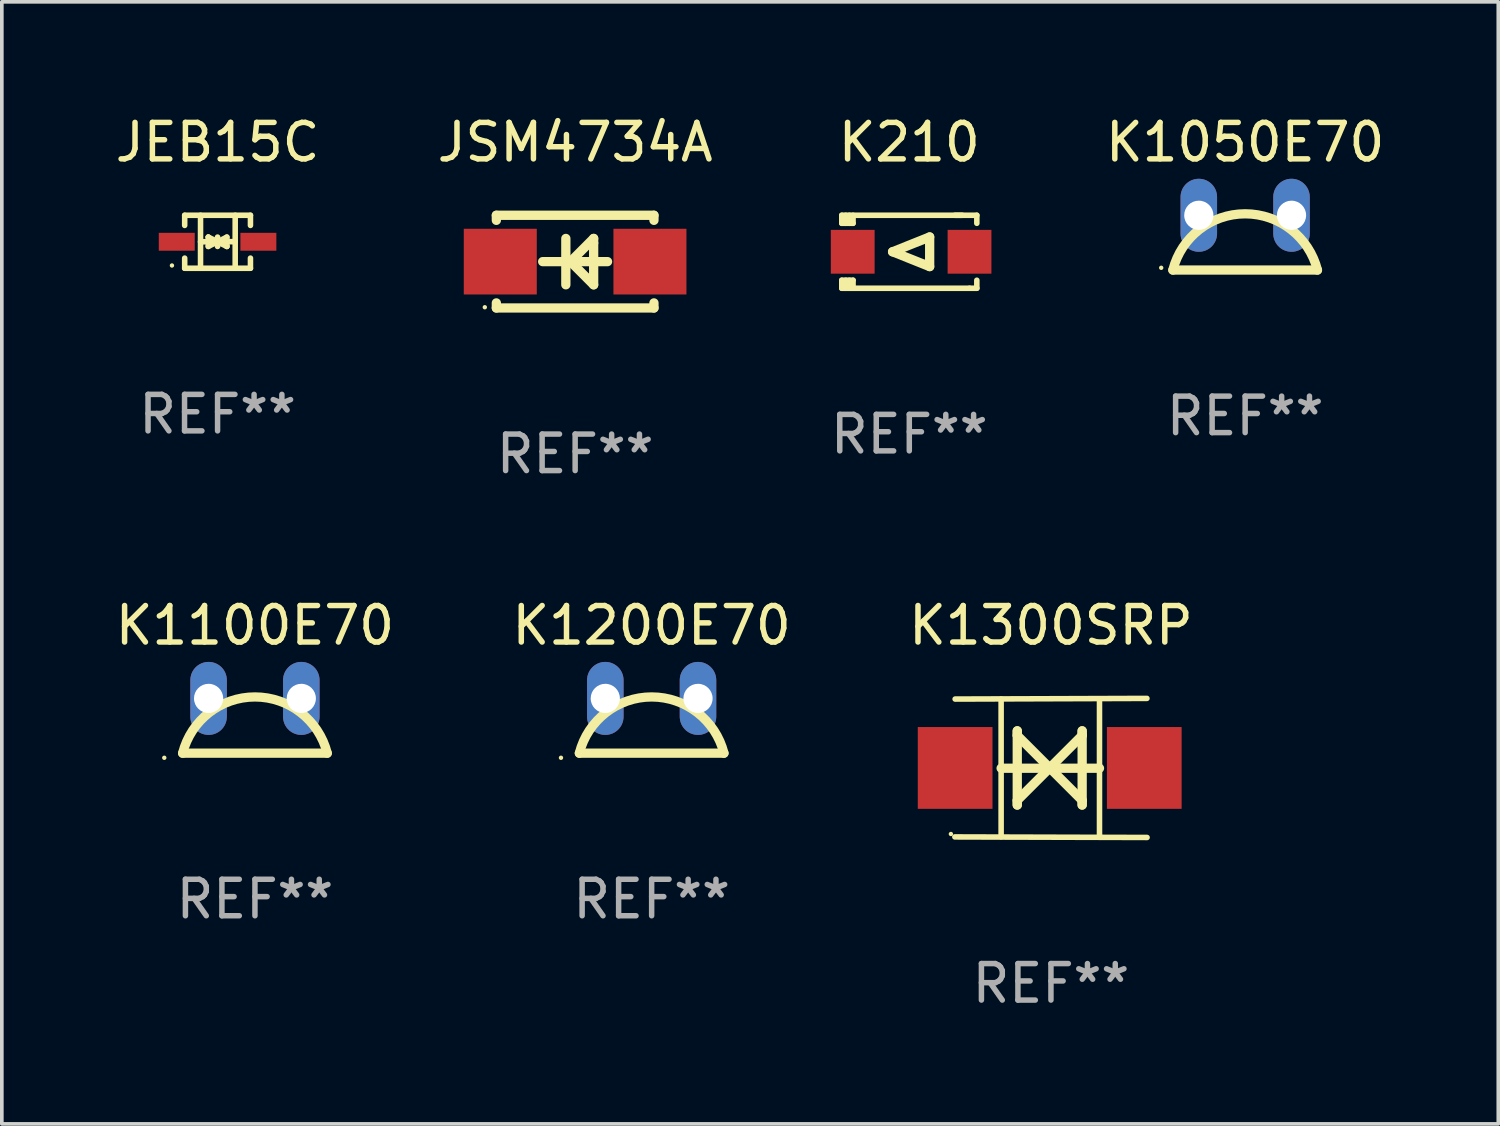
<source format=kicad_pcb>
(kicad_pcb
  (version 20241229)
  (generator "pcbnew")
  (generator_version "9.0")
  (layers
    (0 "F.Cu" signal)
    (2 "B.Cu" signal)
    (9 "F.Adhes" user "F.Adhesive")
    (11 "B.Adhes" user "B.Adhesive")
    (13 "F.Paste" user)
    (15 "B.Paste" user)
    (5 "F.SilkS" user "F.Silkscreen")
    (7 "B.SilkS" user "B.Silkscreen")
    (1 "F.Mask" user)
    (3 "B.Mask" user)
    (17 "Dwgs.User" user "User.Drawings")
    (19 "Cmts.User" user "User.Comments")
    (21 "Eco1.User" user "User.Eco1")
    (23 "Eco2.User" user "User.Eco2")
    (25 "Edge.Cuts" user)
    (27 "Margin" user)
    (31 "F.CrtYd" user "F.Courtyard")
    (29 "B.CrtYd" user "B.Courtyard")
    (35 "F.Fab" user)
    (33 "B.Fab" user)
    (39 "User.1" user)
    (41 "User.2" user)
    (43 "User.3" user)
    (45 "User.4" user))
  (footprint "JEB15C"
    (layer "F.Cu")
    (at 2.911 3.574)
    (property "Reference" "JEB15C" (at 0 -2.726 0) (layer "F.SilkS") (effects (font (size 1 1) (thickness 0.15))))
    (attr through_hole)
    (fp_line (start -0.901 -0.726) (end -0.901 -0.448) (stroke (width 0.152) (type solid)) (layer "F.SilkS"))
    (fp_line (start -0.901 0.726) (end -0.901 0.448) (stroke (width 0.152) (type solid)) (layer "F.SilkS"))
    (fp_line (start -0.467 0) (end 0.483 -0.003) (stroke (width 0.154) (type solid)) (layer "F.SilkS"))
    (fp_line (start -0.467 0.726) (end -0.467 -0.726) (stroke (width 0.152) (type solid)) (layer "F.SilkS"))
    (fp_line (start -0.254 -0.127) (end -0.254 -0.127) (stroke (width 0.154) (type solid)) (layer "F.SilkS"))
    (fp_line (start -0.254 -0.127) (end -0.002 -0.003) (stroke (width 0.154) (type solid)) (layer "F.SilkS"))
    (fp_line (start -0.254 0.127) (end -0.254 -0.127) (stroke (width 0.154) (type solid)) (layer "F.SilkS"))
    (fp_line (start -0.127 0) (end 0.003 0) (stroke (width 0.154) (type solid)) (layer "F.SilkS"))
    (fp_line (start -0.003 0) (end -0.254 0.127) (stroke (width 0.154) (type solid)) (layer "F.SilkS"))
    (fp_line (start 0 -0.127) (end 0 0.127) (stroke (width 0.154) (type solid)) (layer "F.SilkS"))
    (fp_line (start 0.003 0) (end 0.254 -0.127) (stroke (width 0.154) (type solid)) (layer "F.SilkS"))
    (fp_line (start 0.127 0) (end -0.003 0) (stroke (width 0.154) (type solid)) (layer "F.SilkS"))
    (fp_line (start 0.254 -0.127) (end 0.254 0.127) (stroke (width 0.154) (type solid)) (layer "F.SilkS"))
    (fp_line (start 0.254 0.127) (end 0.002 0.003) (stroke (width 0.154) (type solid)) (layer "F.SilkS"))
    (fp_line (start 0.254 0.127) (end 0.254 0.127) (stroke (width 0.154) (type solid)) (layer "F.SilkS"))
    (fp_line (start 0.483 0.726) (end 0.483 -0.726) (stroke (width 0.152) (type solid)) (layer "F.SilkS"))
    (fp_line (start 0.901 -0.726) (end -0.901 -0.726) (stroke (width 0.152) (type solid)) (layer "F.SilkS"))
    (fp_line (start 0.901 -0.726) (end 0.901 -0.448) (stroke (width 0.152) (type solid)) (layer "F.SilkS"))
    (fp_line (start 0.901 0.726) (end -0.901 0.726) (stroke (width 0.152) (type solid)) (layer "F.SilkS"))
    (fp_line (start 0.901 0.726) (end 0.901 0.448) (stroke (width 0.152) (type solid)) (layer "F.SilkS"))
    (fp_circle (center -1.25 0.65) (end -1.22 0.65) (stroke (width 0.06) (type solid)) (fill no) (layer "F.SilkS"))
    (fp_text user "REF**" (at 0 4.726 0) (layer "F.Fab") (effects (font (size 1 1) (thickness 0.15))))
    (pad "1" smd rect (at -1.118 0) (size 0.985 0.49) (layers "F.Cu" "F.Mask" "F.Paste"))
    (pad "2" smd rect (at 1.118 0) (size 0.985 0.49) (layers "F.Cu" "F.Mask" "F.Paste")))
  (footprint "K1100E70"
    (layer "F.Cu")
    (at 3.935 16.835)
    (property "Reference" "K1100E70" (at 0 -2.75 0) (layer "F.SilkS") (effects (font (size 1 1) (thickness 0.15))))
    (attr through_hole)
    (fp_line (start 1.98 0.75) (end -1.98 0.75) (stroke (width 0.254) (type solid)) (layer "F.SilkS"))
    (fp_arc (start -1.981204 0.751206) (mid 0 -0.789989) (end 1.981204 0.751207) (stroke (width 0.254001) (type solid)) (layer "F.SilkS"))
    (fp_circle (center -2.484 0.877) (end -2.454 0.877) (stroke (width 0.06) (type solid)) (fill no) (layer "F.SilkS"))
    (fp_text user "REF**" (at 0 4.75 0) (layer "F.Fab") (effects (font (size 1 1) (thickness 0.15))))
    (pad "1" thru_hole oval (at -1.27 -0.75 270) (size 2 1) (drill 0.8) (layers "*.Cu" "*.Mask"))
    (pad "2" thru_hole oval (at 1.27 -0.75 270) (size 2 1) (drill 0.8) (layers "*.Cu" "*.Mask")))
  (footprint "K1300SRP"
    (layer "F.Cu")
    (at 25.744 17.99)
    (property "Reference" "K1300SRP" (at 0 -3.905 0) (layer "F.SilkS") (effects (font (size 1 1) (thickness 0.15))))
    (attr through_hole)
    (fp_line (start -1.365 1.886) (end -1.365 -1.886) (stroke (width 0.152) (type solid)) (layer "F.SilkS"))
    (fp_line (start -1.365 0.008) (end 1.33 0.008) (stroke (width 0.254) (type solid)) (layer "F.SilkS"))
    (fp_line (start -0.923 -1.016) (end -0.923 1.016) (stroke (width 0.254) (type solid)) (layer "F.SilkS"))
    (fp_line (start -0.923 -0.889) (end -0.923 -1.016) (stroke (width 0.254) (type solid)) (layer "F.SilkS"))
    (fp_line (start -0.923 0.889) (end -0.034 0) (stroke (width 0.254) (type solid)) (layer "F.SilkS"))
    (fp_line (start -0.923 1.016) (end -0.923 0.889) (stroke (width 0.254) (type solid)) (layer "F.SilkS"))
    (fp_line (start -0.034 0) (end -0.923 -0.889) (stroke (width 0.254) (type solid)) (layer "F.SilkS"))
    (fp_line (start -0.034 0) (end 0.855 0.889) (stroke (width 0.254) (type solid)) (layer "F.SilkS"))
    (fp_line (start 0.855 -1.016) (end 0.855 -0.889) (stroke (width 0.254) (type solid)) (layer "F.SilkS"))
    (fp_line (start 0.855 -0.889) (end -0.034 0) (stroke (width 0.254) (type solid)) (layer "F.SilkS"))
    (fp_line (start 0.855 0.889) (end 0.855 1.016) (stroke (width 0.254) (type solid)) (layer "F.SilkS"))
    (fp_line (start 0.855 1.016) (end 0.855 -1.016) (stroke (width 0.254) (type solid)) (layer "F.SilkS"))
    (fp_line (start 1.33 1.886) (end 1.33 -1.886) (stroke (width 0.152) (type solid)) (layer "F.SilkS"))
    (fp_line (start 2.629 -1.905) (end -2.625 -1.887) (stroke (width 0.152) (type solid)) (layer "F.SilkS"))
    (fp_line (start 2.633 1.905) (end -2.633 1.89) (stroke (width 0.152) (type solid)) (layer "F.SilkS"))
    (fp_circle (center -2.741 1.81) (end -2.711 1.81) (stroke (width 0.06) (type solid)) (fill no) (layer "F.SilkS"))
    (fp_text user "REF**" (at 0 5.905 0) (layer "F.Fab") (effects (font (size 1 1) (thickness 0.15))))
    (pad "1" smd rect (at -2.625 0) (size 2.047 2.241) (layers "F.Cu" "F.Mask" "F.Paste"))
    (pad "2" smd rect (at 2.557 0) (size 2.047 2.241) (layers "F.Cu" "F.Mask" "F.Paste")))
  (footprint "K1050E70"
    (layer "F.Cu")
    (at 31.065 3.598)
    (property "Reference" "K1050E70" (at 0 -2.75 0) (layer "F.SilkS") (effects (font (size 1 1) (thickness 0.15))))
    (attr through_hole)
    (fp_line (start 1.98 0.75) (end -1.98 0.75) (stroke (width 0.254) (type solid)) (layer "F.SilkS"))
    (fp_arc (start -1.981204 0.751206) (mid 0 -0.789989) (end 1.981204 0.751207) (stroke (width 0.254001) (type solid)) (layer "F.SilkS"))
    (fp_circle (center -2.3 0.689) (end -2.27 0.689) (stroke (width 0.06) (type solid)) (fill no) (layer "F.SilkS"))
    (fp_text user "REF**" (at 0 4.75 0) (layer "F.Fab") (effects (font (size 1 1) (thickness 0.15))))
    (pad "1" thru_hole oval (at -1.27 -0.75 270) (size 2 1) (drill 0.8) (layers "*.Cu" "*.Mask"))
    (pad "3" thru_hole oval (at 1.27 -0.75 270) (size 2 1) (drill 0.8) (layers "*.Cu" "*.Mask")))
  (footprint "K1200E70"
    (layer "F.Cu")
    (at 14.804 16.835)
    (property "Reference" "K1200E70" (at 0 -2.75 0) (layer "F.SilkS") (effects (font (size 1 1) (thickness 0.15))))
    (attr through_hole)
    (fp_line (start 1.98 0.75) (end -1.98 0.75) (stroke (width 0.254) (type solid)) (layer "F.SilkS"))
    (fp_arc (start -1.981204 0.751206) (mid 0 -0.789989) (end 1.981204 0.751207) (stroke (width 0.254001) (type solid)) (layer "F.SilkS"))
    (fp_circle (center -2.484 0.877) (end -2.454 0.877) (stroke (width 0.06) (type solid)) (fill no) (layer "F.SilkS"))
    (fp_text user "REF**" (at 0 4.75 0) (layer "F.Fab") (effects (font (size 1 1) (thickness 0.15))))
    (pad "1" thru_hole oval (at -1.27 -0.75 270) (size 2 1) (drill 0.8) (layers "*.Cu" "*.Mask"))
    (pad "2" thru_hole oval (at 1.27 -0.75 270) (size 2 1) (drill 0.8) (layers "*.Cu" "*.Mask")))
  (footprint "JSM4734A"
    (layer "F.Cu")
    (at 12.708 4.118)
    (property "Reference" "JSM4734A" (at 0 -3.27 0) (layer "F.SilkS") (effects (font (size 1 1) (thickness 0.15))))
    (attr through_hole)
    (fp_line (start -2.159 -1.27) (end -2.159 -1.131) (stroke (width 0.254) (type solid)) (layer "F.SilkS"))
    (fp_line (start -2.159 1.131) (end -2.159 1.27) (stroke (width 0.254) (type solid)) (layer "F.SilkS"))
    (fp_line (start -2.159 1.27) (end 2.159 1.27) (stroke (width 0.254) (type solid)) (layer "F.SilkS"))
    (fp_line (start -0.255 -0.635) (end -0.255 0.635) (stroke (width 0.254) (type solid)) (layer "F.SilkS"))
    (fp_line (start -0.128 0) (end 0.507 -0.635) (stroke (width 0.254) (type solid)) (layer "F.SilkS"))
    (fp_line (start 0.507 -0.635) (end 0.507 -0.508) (stroke (width 0.254) (type solid)) (layer "F.SilkS"))
    (fp_line (start 0.507 -0.508) (end 0.507 0.635) (stroke (width 0.254) (type solid)) (layer "F.SilkS"))
    (fp_line (start 0.507 0.635) (end -0.128 0) (stroke (width 0.254) (type solid)) (layer "F.SilkS"))
    (fp_line (start 0.888 0) (end -0.89 0) (stroke (width 0.254) (type solid)) (layer "F.SilkS"))
    (fp_line (start 2.159 -1.27) (end -2.159 -1.27) (stroke (width 0.254) (type solid)) (layer "F.SilkS"))
    (fp_line (start 2.159 -1.131) (end 2.159 -1.27) (stroke (width 0.254) (type solid)) (layer "F.SilkS"))
    (fp_line (start 2.159 1.27) (end 2.159 1.131) (stroke (width 0.254) (type solid)) (layer "F.SilkS"))
    (fp_circle (center -2.475 1.25) (end -2.445 1.25) (stroke (width 0.06) (type solid)) (fill no) (layer "F.SilkS"))
    (fp_text user "REF**" (at 0 5.27 0) (layer "F.Fab") (effects (font (size 1 1) (thickness 0.15))))
    (pad "1" smd rect (at -2.051 0) (size 2 1.8) (layers "F.Cu" "F.Mask" "F.Paste"))
    (pad "2" smd rect (at 2.049 0) (size 2 1.8) (layers "F.Cu" "F.Mask" "F.Paste")))
  (footprint "K210"
    (layer "F.Cu")
    (at 21.863 3.848)
    (property "Reference" "K210" (at 0 -3 0) (layer "F.SilkS") (effects (font (size 1 1) (thickness 0.15))))
    (attr through_hole)
    (fp_line (start -1.85 -1) (end -1.85 -0.78) (stroke (width 0.152) (type solid)) (layer "F.SilkS"))
    (fp_line (start -1.85 0.78) (end -1.85 1) (stroke (width 0.152) (type solid)) (layer "F.SilkS"))
    (fp_line (start -1.85 1) (end 1.65 1) (stroke (width 0.152) (type solid)) (layer "F.SilkS"))
    (fp_line (start -1.741 -0.78) (end -1.741 -1) (stroke (width 0.152) (type solid)) (layer "F.SilkS"))
    (fp_line (start -1.741 1) (end -1.741 0.78) (stroke (width 0.152) (type solid)) (layer "F.SilkS"))
    (fp_line (start -1.641 -1) (end -1.641 -0.78) (stroke (width 0.152) (type solid)) (layer "F.SilkS"))
    (fp_line (start -1.641 0.78) (end -1.641 1) (stroke (width 0.152) (type solid)) (layer "F.SilkS"))
    (fp_line (start -1.541 -1) (end -1.541 -0.78) (stroke (width 0.152) (type solid)) (layer "F.SilkS"))
    (fp_line (start -1.541 -0.78) (end -1.85 -0.78) (stroke (width 0.152) (type solid)) (layer "F.SilkS"))
    (fp_line (start -1.541 0.78) (end -1.85 0.78) (stroke (width 0.152) (type solid)) (layer "F.SilkS"))
    (fp_line (start -1.541 0.78) (end -1.541 1) (stroke (width 0.152) (type solid)) (layer "F.SilkS"))
    (fp_line (start -0.458 0) (end 0.558 -0.406) (stroke (width 0.254) (type solid)) (layer "F.SilkS"))
    (fp_line (start 0.558 -0.406) (end 0.558 0.406) (stroke (width 0.254) (type solid)) (layer "F.SilkS"))
    (fp_line (start 0.558 0.406) (end -0.458 0) (stroke (width 0.254) (type solid)) (layer "F.SilkS"))
    (fp_line (start 1.45 -1) (end -1.85 -1) (stroke (width 0.152) (type solid)) (layer "F.SilkS"))
    (fp_line (start 1.65 1) (end 1.85 1) (stroke (width 0.152) (type solid)) (layer "F.SilkS"))
    (fp_line (start 1.85 -1) (end 1.25 -1) (stroke (width 0.152) (type solid)) (layer "F.SilkS"))
    (fp_line (start 1.85 -0.78) (end 1.85 -1) (stroke (width 0.152) (type solid)) (layer "F.SilkS"))
    (fp_line (start 1.85 1) (end 1.85 0.78) (stroke (width 0.152) (type solid)) (layer "F.SilkS"))
    (fp_circle (center -1.8 0.9) (end -1.77 0.9) (stroke (width 0.06) (type solid)) (fill no) (layer "F.SilkS"))
    (fp_text user "REF**" (at 0 5 0) (layer "F.Fab") (effects (font (size 1 1) (thickness 0.15))))
    (pad "1" smd rect (at -1.55 0.000051) (size 1.2 1.2) (layers "F.Cu" "F.Mask" "F.Paste"))
    (pad "2" smd rect (at 1.65 0.000051) (size 1.2 1.2) (layers "F.Cu" "F.Mask" "F.Paste")))
  (gr_rect
    (start -3 -3)
    (end 38 27.743)
    (stroke (width 0.1) (type default))
    (fill no)
    (layer "Edge.Cuts")))
</source>
